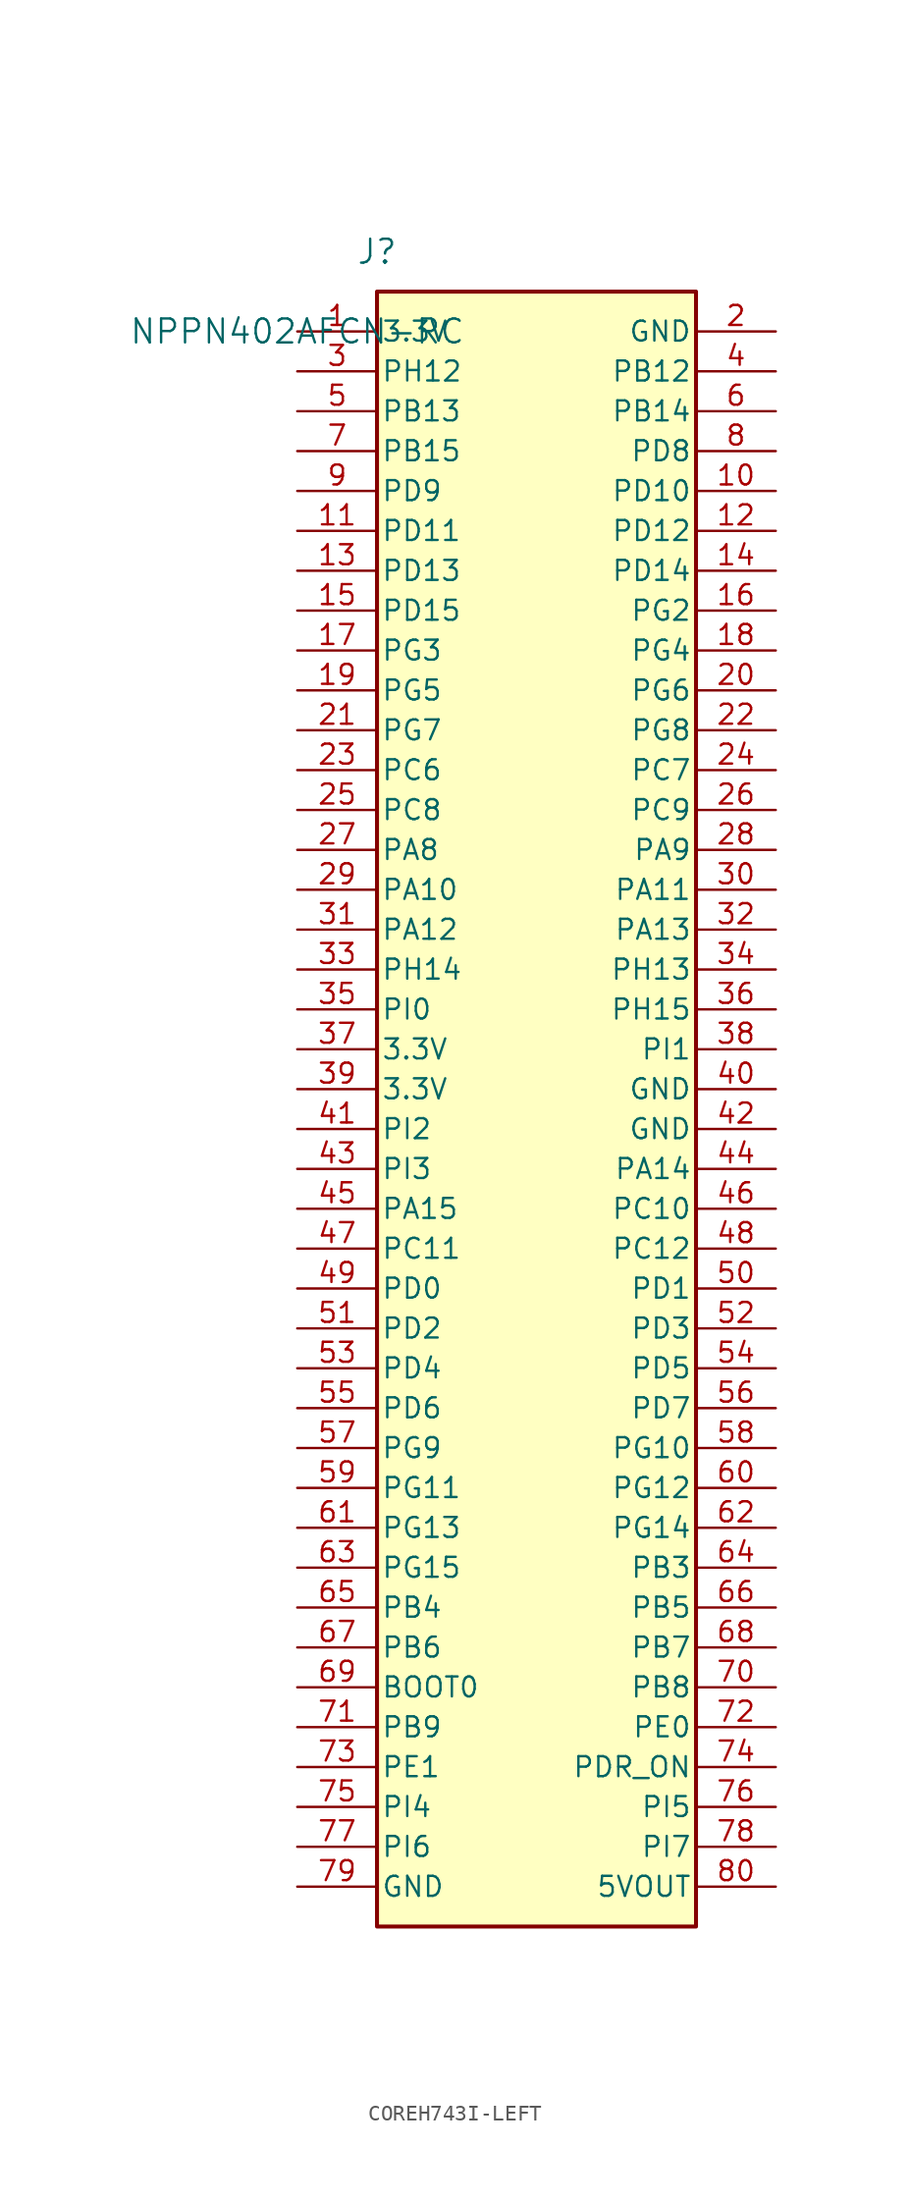
<source format=kicad_sym>
(kicad_symbol_lib
  (version 20211014)
  (generator kicad_symbol_editor)
  (symbol "COREH743I-LEFT"
    (pin_names
      (offset 0.254))
    (property "Reference" "J"
      (at 5.08 5.08 0)
      (effects (font (size 1.524 1.524))))
    (property "Value" "NPPN402AFCN-RC"
      (at 0 0 0)
      (effects (font (size 1.524 1.524))))
    (symbol "COREH743I-LEFT_1_1"
      (rectangle (start 5.08 2.54) (end 25.4 -101.6) (stroke (width 0.254) (type default)) (fill (type background)))
      (pin power_in line (at 0 0 0) (length 5.08) (name "3.3V" (effects (font (size 1.27 1.27)))) (number "1" (effects (font (size 1.27 1.27)))))
      (pin bidirectional line (at 0 -2.54 0) (length 5.08) (name "PH12" (effects (font (size 1.27 1.27)))) (number "3" (effects (font (size 1.27 1.27)))))
      (pin bidirectional line (at 0 -5.08 0) (length 5.08) (name "PB13" (effects (font (size 1.27 1.27)))) (number "5" (effects (font (size 1.27 1.27)))))
      (pin bidirectional line (at 0 -7.62 0) (length 5.08) (name "PB15" (effects (font (size 1.27 1.27)))) (number "7" (effects (font (size 1.27 1.27)))))
      (pin bidirectional line (at 0 -10.16 0) (length 5.08) (name "PD9" (effects (font (size 1.27 1.27)))) (number "9" (effects (font (size 1.27 1.27)))))
      (pin bidirectional line (at 0 -12.7 0) (length 5.08) (name "PD11" (effects (font (size 1.27 1.27)))) (number "11" (effects (font (size 1.27 1.27)))))
      (pin bidirectional line (at 0 -15.24 0) (length 5.08) (name "PD13" (effects (font (size 1.27 1.27)))) (number "13" (effects (font (size 1.27 1.27)))))
      (pin bidirectional line (at 0 -17.78 0) (length 5.08) (name "PD15" (effects (font (size 1.27 1.27)))) (number "15" (effects (font (size 1.27 1.27)))))
      (pin bidirectional line (at 0 -20.32 0) (length 5.08) (name "PG3" (effects (font (size 1.27 1.27)))) (number "17" (effects (font (size 1.27 1.27)))))
      (pin bidirectional line (at 0 -22.86 0) (length 5.08) (name "PG5" (effects (font (size 1.27 1.27)))) (number "19" (effects (font (size 1.27 1.27)))))
      (pin bidirectional line (at 0 -25.4 0) (length 5.08) (name "PG7" (effects (font (size 1.27 1.27)))) (number "21" (effects (font (size 1.27 1.27)))))
      (pin bidirectional line (at 0 -27.94 0) (length 5.08) (name "PC6" (effects (font (size 1.27 1.27)))) (number "23" (effects (font (size 1.27 1.27)))))
      (pin bidirectional line (at 0 -30.48 0) (length 5.08) (name "PC8" (effects (font (size 1.27 1.27)))) (number "25" (effects (font (size 1.27 1.27)))))
      (pin bidirectional line (at 0 -33.02 0) (length 5.08) (name "PA8" (effects (font (size 1.27 1.27)))) (number "27" (effects (font (size 1.27 1.27)))))
      (pin bidirectional line (at 0 -35.56 0) (length 5.08) (name "PA10" (effects (font (size 1.27 1.27)))) (number "29" (effects (font (size 1.27 1.27)))))
      (pin bidirectional line (at 0 -38.1 0) (length 5.08) (name "PA12" (effects (font (size 1.27 1.27)))) (number "31" (effects (font (size 1.27 1.27)))) (alternate "OTG_FS_DP" bidirectional line))
      (pin bidirectional line (at 0 -40.64 0) (length 5.08) (name "PH14" (effects (font (size 1.27 1.27)))) (number "33" (effects (font (size 1.27 1.27)))))
      (pin bidirectional line (at 0 -43.18 0) (length 5.08) (name "PI0" (effects (font (size 1.27 1.27)))) (number "35" (effects (font (size 1.27 1.27)))))
      (pin power_in line (at 0 -45.72 0) (length 5.08) (name "3.3V" (effects (font (size 1.27 1.27)))) (number "37" (effects (font (size 1.27 1.27)))))
      (pin power_in line (at 0 -48.26 0) (length 5.08) (name "3.3V" (effects (font (size 1.27 1.27)))) (number "39" (effects (font (size 1.27 1.27)))))
      (pin bidirectional line (at 0 -50.8 0) (length 5.08) (name "PI2" (effects (font (size 1.27 1.27)))) (number "41" (effects (font (size 1.27 1.27)))))
      (pin bidirectional line (at 0 -53.34 0) (length 5.08) (name "PI3" (effects (font (size 1.27 1.27)))) (number "43" (effects (font (size 1.27 1.27)))))
      (pin bidirectional line (at 0 -55.88 0) (length 5.08) (name "PA15" (effects (font (size 1.27 1.27)))) (number "45" (effects (font (size 1.27 1.27)))))
      (pin bidirectional line (at 0 -58.42 0) (length 5.08) (name "PC11" (effects (font (size 1.27 1.27)))) (number "47" (effects (font (size 1.27 1.27)))))
      (pin bidirectional line (at 0 -60.96 0) (length 5.08) (name "PD0" (effects (font (size 1.27 1.27)))) (number "49" (effects (font (size 1.27 1.27)))))
      (pin bidirectional line (at 0 -63.5 0) (length 5.08) (name "PD2" (effects (font (size 1.27 1.27)))) (number "51" (effects (font (size 1.27 1.27)))))
      (pin bidirectional line (at 0 -66.04 0) (length 5.08) (name "PD4" (effects (font (size 1.27 1.27)))) (number "53" (effects (font (size 1.27 1.27)))))
      (pin bidirectional line (at 0 -68.58 0) (length 5.08) (name "PD6" (effects (font (size 1.27 1.27)))) (number "55" (effects (font (size 1.27 1.27)))))
      (pin bidirectional line (at 0 -71.12 0) (length 5.08) (name "PG9" (effects (font (size 1.27 1.27)))) (number "57" (effects (font (size 1.27 1.27)))))
      (pin bidirectional line (at 0 -73.66 0) (length 5.08) (name "PG11" (effects (font (size 1.27 1.27)))) (number "59" (effects (font (size 1.27 1.27)))))
      (pin bidirectional line (at 0 -76.2 0) (length 5.08) (name "PG13" (effects (font (size 1.27 1.27)))) (number "61" (effects (font (size 1.27 1.27)))))
      (pin bidirectional line (at 0 -78.74 0) (length 5.08) (name "PG15" (effects (font (size 1.27 1.27)))) (number "63" (effects (font (size 1.27 1.27)))))
      (pin bidirectional line (at 0 -81.28 0) (length 5.08) (name "PB4" (effects (font (size 1.27 1.27)))) (number "65" (effects (font (size 1.27 1.27)))))
      (pin bidirectional line (at 0 -83.82 0) (length 5.08) (name "PB6" (effects (font (size 1.27 1.27)))) (number "67" (effects (font (size 1.27 1.27)))))
      (pin bidirectional line (at 0 -86.36 0) (length 5.08) (name "BOOT0" (effects (font (size 1.27 1.27)))) (number "69" (effects (font (size 1.27 1.27)))))
      (pin bidirectional line (at 0 -88.9 0) (length 5.08) (name "PB9" (effects (font (size 1.27 1.27)))) (number "71" (effects (font (size 1.27 1.27)))))
      (pin bidirectional line (at 0 -91.44 0) (length 5.08) (name "PE1" (effects (font (size 1.27 1.27)))) (number "73" (effects (font (size 1.27 1.27)))))
      (pin bidirectional line (at 0 -93.98 0) (length 5.08) (name "PI4" (effects (font (size 1.27 1.27)))) (number "75" (effects (font (size 1.27 1.27)))))
      (pin bidirectional line (at 0 -96.52 0) (length 5.08) (name "PI6" (effects (font (size 1.27 1.27)))) (number "77" (effects (font (size 1.27 1.27)))))
      (pin power_in line (at 0 -99.06 0) (length 5.08) (name "GND" (effects (font (size 1.27 1.27)))) (number "79" (effects (font (size 1.27 1.27)))))
      (pin power_in line (at 30.48 0 180) (length 5.08) (name "GND" (effects (font (size 1.27 1.27)))) (number "2" (effects (font (size 1.27 1.27)))))
      (pin bidirectional line (at 30.48 -2.54 180) (length 5.08) (name "PB12" (effects (font (size 1.27 1.27)))) (number "4" (effects (font (size 1.27 1.27)))))
      (pin bidirectional line (at 30.48 -5.08 180) (length 5.08) (name "PB14" (effects (font (size 1.27 1.27)))) (number "6" (effects (font (size 1.27 1.27)))))
      (pin bidirectional line (at 30.48 -7.62 180) (length 5.08) (name "PD8" (effects (font (size 1.27 1.27)))) (number "8" (effects (font (size 1.27 1.27)))))
      (pin bidirectional line (at 30.48 -10.16 180) (length 5.08) (name "PD10" (effects (font (size 1.27 1.27)))) (number "10" (effects (font (size 1.27 1.27)))))
      (pin bidirectional line (at 30.48 -12.7 180) (length 5.08) (name "PD12" (effects (font (size 1.27 1.27)))) (number "12" (effects (font (size 1.27 1.27)))))
      (pin bidirectional line (at 30.48 -15.24 180) (length 5.08) (name "PD14" (effects (font (size 1.27 1.27)))) (number "14" (effects (font (size 1.27 1.27)))))
      (pin bidirectional line (at 30.48 -17.78 180) (length 5.08) (name "PG2" (effects (font (size 1.27 1.27)))) (number "16" (effects (font (size 1.27 1.27)))))
      (pin bidirectional line (at 30.48 -20.32 180) (length 5.08) (name "PG4" (effects (font (size 1.27 1.27)))) (number "18" (effects (font (size 1.27 1.27)))))
      (pin bidirectional line (at 30.48 -22.86 180) (length 5.08) (name "PG6" (effects (font (size 1.27 1.27)))) (number "20" (effects (font (size 1.27 1.27)))))
      (pin bidirectional line (at 30.48 -25.4 180) (length 5.08) (name "PG8" (effects (font (size 1.27 1.27)))) (number "22" (effects (font (size 1.27 1.27)))))
      (pin bidirectional line (at 30.48 -27.94 180) (length 5.08) (name "PC7" (effects (font (size 1.27 1.27)))) (number "24" (effects (font (size 1.27 1.27)))))
      (pin bidirectional line (at 30.48 -30.48 180) (length 5.08) (name "PC9" (effects (font (size 1.27 1.27)))) (number "26" (effects (font (size 1.27 1.27)))))
      (pin bidirectional line (at 30.48 -33.02 180) (length 5.08) (name "PA9" (effects (font (size 1.27 1.27)))) (number "28" (effects (font (size 1.27 1.27)))) (alternate "USART1_TX" bidirectional line))
      (pin bidirectional line (at 30.48 -35.56 180) (length 5.08) (name "PA11" (effects (font (size 1.27 1.27)))) (number "30" (effects (font (size 1.27 1.27)))) (alternate "OTG_FS_DM" bidirectional line))
      (pin bidirectional line (at 30.48 -38.1 180) (length 5.08) (name "PA13" (effects (font (size 1.27 1.27)))) (number "32" (effects (font (size 1.27 1.27)))))
      (pin bidirectional line (at 30.48 -40.64 180) (length 5.08) (name "PH13" (effects (font (size 1.27 1.27)))) (number "34" (effects (font (size 1.27 1.27)))))
      (pin bidirectional line (at 30.48 -43.18 180) (length 5.08) (name "PH15" (effects (font (size 1.27 1.27)))) (number "36" (effects (font (size 1.27 1.27)))))
      (pin bidirectional line (at 30.48 -45.72 180) (length 5.08) (name "PI1" (effects (font (size 1.27 1.27)))) (number "38" (effects (font (size 1.27 1.27)))))
      (pin power_in line (at 30.48 -48.26 180) (length 5.08) (name "GND" (effects (font (size 1.27 1.27)))) (number "40" (effects (font (size 1.27 1.27)))))
      (pin power_in line (at 30.48 -50.8 180) (length 5.08) (name "GND" (effects (font (size 1.27 1.27)))) (number "42" (effects (font (size 1.27 1.27)))))
      (pin bidirectional line (at 30.48 -53.34 180) (length 5.08) (name "PA14" (effects (font (size 1.27 1.27)))) (number "44" (effects (font (size 1.27 1.27)))))
      (pin bidirectional line (at 30.48 -55.88 180) (length 5.08) (name "PC10" (effects (font (size 1.27 1.27)))) (number "46" (effects (font (size 1.27 1.27)))))
      (pin bidirectional line (at 30.48 -58.42 180) (length 5.08) (name "PC12" (effects (font (size 1.27 1.27)))) (number "48" (effects (font (size 1.27 1.27)))))
      (pin bidirectional line (at 30.48 -60.96 180) (length 5.08) (name "PD1" (effects (font (size 1.27 1.27)))) (number "50" (effects (font (size 1.27 1.27)))))
      (pin bidirectional line (at 30.48 -63.5 180) (length 5.08) (name "PD3" (effects (font (size 1.27 1.27)))) (number "52" (effects (font (size 1.27 1.27)))))
      (pin bidirectional line (at 30.48 -66.04 180) (length 5.08) (name "PD5" (effects (font (size 1.27 1.27)))) (number "54" (effects (font (size 1.27 1.27)))))
      (pin bidirectional line (at 30.48 -68.58 180) (length 5.08) (name "PD7" (effects (font (size 1.27 1.27)))) (number "56" (effects (font (size 1.27 1.27)))))
      (pin bidirectional line (at 30.48 -71.12 180) (length 5.08) (name "PG10" (effects (font (size 1.27 1.27)))) (number "58" (effects (font (size 1.27 1.27)))))
      (pin bidirectional line (at 30.48 -73.66 180) (length 5.08) (name "PG12" (effects (font (size 1.27 1.27)))) (number "60" (effects (font (size 1.27 1.27)))))
      (pin bidirectional line (at 30.48 -76.2 180) (length 5.08) (name "PG14" (effects (font (size 1.27 1.27)))) (number "62" (effects (font (size 1.27 1.27)))))
      (pin bidirectional line (at 30.48 -78.74 180) (length 5.08) (name "PB3" (effects (font (size 1.27 1.27)))) (number "64" (effects (font (size 1.27 1.27)))))
      (pin bidirectional line (at 30.48 -81.28 180) (length 5.08) (name "PB5" (effects (font (size 1.27 1.27)))) (number "66" (effects (font (size 1.27 1.27)))))
      (pin bidirectional line (at 30.48 -83.82 180) (length 5.08) (name "PB7" (effects (font (size 1.27 1.27)))) (number "68" (effects (font (size 1.27 1.27)))))
      (pin bidirectional line (at 30.48 -86.36 180) (length 5.08) (name "PB8" (effects (font (size 1.27 1.27)))) (number "70" (effects (font (size 1.27 1.27)))))
      (pin bidirectional line (at 30.48 -88.9 180) (length 5.08) (name "PE0" (effects (font (size 1.27 1.27)))) (number "72" (effects (font (size 1.27 1.27)))))
      (pin bidirectional line (at 30.48 -91.44 180) (length 5.08) (name "PDR_ON" (effects (font (size 1.27 1.27)))) (number "74" (effects (font (size 1.27 1.27)))))
      (pin bidirectional line (at 30.48 -93.98 180) (length 5.08) (name "PI5" (effects (font (size 1.27 1.27)))) (number "76" (effects (font (size 1.27 1.27)))))
      (pin bidirectional line (at 30.48 -96.52 180) (length 5.08) (name "PI7" (effects (font (size 1.27 1.27)))) (number "78" (effects (font (size 1.27 1.27)))))
      (pin power_out line (at 30.48 -99.06 180) (length 5.08) (name "5VOUT" (effects (font (size 1.27 1.27)))) (number "80" (effects (font (size 1.27 1.27))))))))
</source>
